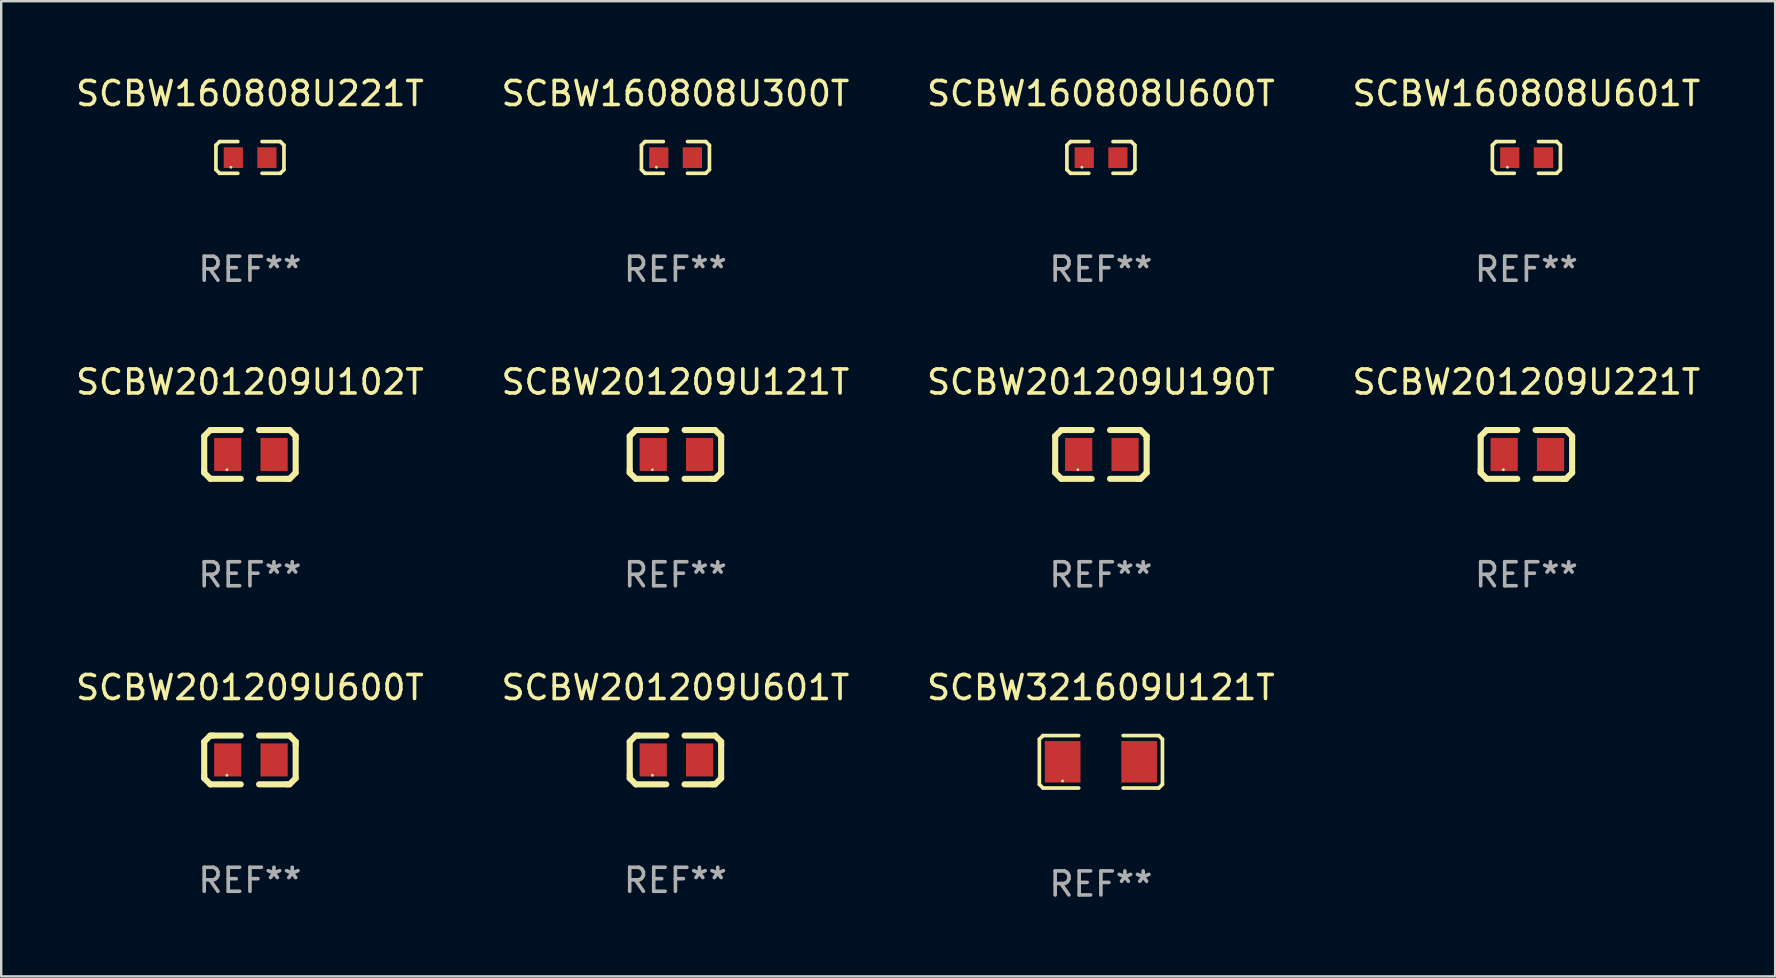
<source format=kicad_pcb>
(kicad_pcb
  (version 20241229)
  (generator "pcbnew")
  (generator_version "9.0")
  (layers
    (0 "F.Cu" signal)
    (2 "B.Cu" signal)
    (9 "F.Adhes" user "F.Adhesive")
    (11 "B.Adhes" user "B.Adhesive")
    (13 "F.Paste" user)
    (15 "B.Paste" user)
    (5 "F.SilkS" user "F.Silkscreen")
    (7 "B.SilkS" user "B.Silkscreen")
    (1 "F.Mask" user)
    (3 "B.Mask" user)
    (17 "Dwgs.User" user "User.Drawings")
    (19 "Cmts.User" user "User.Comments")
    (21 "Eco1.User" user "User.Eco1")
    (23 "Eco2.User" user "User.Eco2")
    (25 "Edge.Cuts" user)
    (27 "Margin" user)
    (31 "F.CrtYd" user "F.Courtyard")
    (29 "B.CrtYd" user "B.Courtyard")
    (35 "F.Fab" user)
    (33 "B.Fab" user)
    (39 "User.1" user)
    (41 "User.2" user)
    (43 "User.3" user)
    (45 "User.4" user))
  (footprint "SCBW201209U221T"
    (layer "F.Cu")
    (at 60.542 15.882)
    (property "Reference" "SCBW201209U221T" (at 0 -3.016 0) (layer "F.SilkS") (effects (font (size 1 1) (thickness 0.15))))
    (attr through_hole)
    (fp_line (start -1.905 -0.762) (end -1.905 0.635) (stroke (width 0.254) (type solid)) (layer "F.SilkS"))
    (fp_line (start -1.905 0.635) (end -1.905 0.762) (stroke (width 0.254) (type solid)) (layer "F.SilkS"))
    (fp_line (start -1.905 0.762) (end -1.651 1.016) (stroke (width 0.254) (type solid)) (layer "F.SilkS"))
    (fp_line (start -1.651 -1.016) (end -1.905 -0.762) (stroke (width 0.254) (type solid)) (layer "F.SilkS"))
    (fp_line (start -1.651 1.016) (end -0.381 1.016) (stroke (width 0.254) (type solid)) (layer "F.SilkS"))
    (fp_line (start -1.524 -1.016) (end -1.651 -1.016) (stroke (width 0.254) (type solid)) (layer "F.SilkS"))
    (fp_line (start -0.381 -1.016) (end -1.524 -1.016) (stroke (width 0.254) (type solid)) (layer "F.SilkS"))
    (fp_line (start 0.381 1.016) (end 1.524 1.016) (stroke (width 0.254) (type solid)) (layer "F.SilkS"))
    (fp_line (start 1.524 1.016) (end 1.651 1.016) (stroke (width 0.254) (type solid)) (layer "F.SilkS"))
    (fp_line (start 1.651 -1.016) (end 0.381 -1.016) (stroke (width 0.254) (type solid)) (layer "F.SilkS"))
    (fp_line (start 1.651 1.016) (end 1.905 0.762) (stroke (width 0.254) (type solid)) (layer "F.SilkS"))
    (fp_line (start 1.905 -0.762) (end 1.651 -1.016) (stroke (width 0.254) (type solid)) (layer "F.SilkS"))
    (fp_line (start 1.905 -0.635) (end 1.905 -0.762) (stroke (width 0.254) (type solid)) (layer "F.SilkS"))
    (fp_line (start 1.905 0.762) (end 1.905 -0.635) (stroke (width 0.254) (type solid)) (layer "F.SilkS"))
    (fp_circle (center -0.96 0.637) (end -0.93 0.637) (stroke (width 0.06) (type solid)) (fill no) (layer "F.SilkS"))
    (fp_text user "REF**" (at 0 5.016 0) (layer "F.Fab") (effects (font (size 1 1) (thickness 0.15))))
    (pad "1" smd rect (at -0.926 -0.000051) (size 1.133 1.377) (layers "F.Cu" "F.Mask" "F.Paste"))
    (pad "2" smd rect (at 1.006 -0.000051) (size 1.133 1.377) (layers "F.Cu" "F.Mask" "F.Paste")))
  (footprint "SCBW201209U601T"
    (layer "F.Cu")
    (at 25.089 28.61)
    (property "Reference" "SCBW201209U601T" (at 0 -3.016 0) (layer "F.SilkS") (effects (font (size 1 1) (thickness 0.15))))
    (attr through_hole)
    (fp_line (start -1.905 -0.762) (end -1.905 0.635) (stroke (width 0.254) (type solid)) (layer "F.SilkS"))
    (fp_line (start -1.905 0.635) (end -1.905 0.762) (stroke (width 0.254) (type solid)) (layer "F.SilkS"))
    (fp_line (start -1.905 0.762) (end -1.651 1.016) (stroke (width 0.254) (type solid)) (layer "F.SilkS"))
    (fp_line (start -1.651 -1.016) (end -1.905 -0.762) (stroke (width 0.254) (type solid)) (layer "F.SilkS"))
    (fp_line (start -1.651 1.016) (end -0.381 1.016) (stroke (width 0.254) (type solid)) (layer "F.SilkS"))
    (fp_line (start -1.524 -1.016) (end -1.651 -1.016) (stroke (width 0.254) (type solid)) (layer "F.SilkS"))
    (fp_line (start -0.381 -1.016) (end -1.524 -1.016) (stroke (width 0.254) (type solid)) (layer "F.SilkS"))
    (fp_line (start 0.381 1.016) (end 1.524 1.016) (stroke (width 0.254) (type solid)) (layer "F.SilkS"))
    (fp_line (start 1.524 1.016) (end 1.651 1.016) (stroke (width 0.254) (type solid)) (layer "F.SilkS"))
    (fp_line (start 1.651 -1.016) (end 0.381 -1.016) (stroke (width 0.254) (type solid)) (layer "F.SilkS"))
    (fp_line (start 1.651 1.016) (end 1.905 0.762) (stroke (width 0.254) (type solid)) (layer "F.SilkS"))
    (fp_line (start 1.905 -0.762) (end 1.651 -1.016) (stroke (width 0.254) (type solid)) (layer "F.SilkS"))
    (fp_line (start 1.905 -0.635) (end 1.905 -0.762) (stroke (width 0.254) (type solid)) (layer "F.SilkS"))
    (fp_line (start 1.905 0.762) (end 1.905 -0.635) (stroke (width 0.254) (type solid)) (layer "F.SilkS"))
    (fp_circle (center -0.96 0.637) (end -0.93 0.637) (stroke (width 0.06) (type solid)) (fill no) (layer "F.SilkS"))
    (fp_text user "REF**" (at 0 5.016 0) (layer "F.Fab") (effects (font (size 1 1) (thickness 0.15))))
    (pad "1" smd rect (at -0.926 -0.000051) (size 1.133 1.377) (layers "F.Cu" "F.Mask" "F.Paste"))
    (pad "2" smd rect (at 1.006 -0.000051) (size 1.133 1.377) (layers "F.Cu" "F.Mask" "F.Paste")))
  (footprint "SCBW160808U300T"
    (layer "F.Cu")
    (at 25.089 3.509)
    (property "Reference" "SCBW160808U300T" (at 0 -2.661 0) (layer "F.SilkS") (effects (font (size 1 1) (thickness 0.15))))
    (attr through_hole)
    (fp_line (start -1.417 -0.508) (end -1.265 -0.661) (stroke (width 0.152) (type solid)) (layer "F.SilkS"))
    (fp_line (start -1.417 0.508) (end -1.417 -0.508) (stroke (width 0.152) (type solid)) (layer "F.SilkS"))
    (fp_line (start -1.265 -0.661) (end -0.503 -0.661) (stroke (width 0.152) (type solid)) (layer "F.SilkS"))
    (fp_line (start -1.265 0.661) (end -1.417 0.508) (stroke (width 0.152) (type solid)) (layer "F.SilkS"))
    (fp_line (start -1.265 0.661) (end -0.503 0.661) (stroke (width 0.152) (type solid)) (layer "F.SilkS"))
    (fp_line (start 1.265 -0.661) (end 0.503 -0.661) (stroke (width 0.152) (type solid)) (layer "F.SilkS"))
    (fp_line (start 1.265 -0.661) (end 1.417 -0.508) (stroke (width 0.152) (type solid)) (layer "F.SilkS"))
    (fp_line (start 1.265 0.661) (end 0.503 0.661) (stroke (width 0.152) (type solid)) (layer "F.SilkS"))
    (fp_line (start 1.417 -0.508) (end 1.417 0.508) (stroke (width 0.152) (type solid)) (layer "F.SilkS"))
    (fp_line (start 1.417 0.508) (end 1.265 0.661) (stroke (width 0.152) (type solid)) (layer "F.SilkS"))
    (fp_circle (center -0.793 0.409) (end -0.763 0.409) (stroke (width 0.06) (type solid)) (fill no) (layer "F.SilkS"))
    (fp_text user "REF**" (at 0 4.661 0) (layer "F.Fab") (effects (font (size 1 1) (thickness 0.15))))
    (pad "1" smd rect (at -0.693 0.009 180) (size 0.8 0.864) (layers "F.Cu" "F.Mask" "F.Paste"))
    (pad "2" smd rect (at 0.707 0.009 180) (size 0.8 0.864) (layers "F.Cu" "F.Mask" "F.Paste")))
  (footprint "SCBW201209U102T"
    (layer "F.Cu")
    (at 7.363 15.882)
    (property "Reference" "SCBW201209U102T" (at 0 -3.016 0) (layer "F.SilkS") (effects (font (size 1 1) (thickness 0.15))))
    (attr through_hole)
    (fp_line (start -1.905 -0.762) (end -1.905 0.635) (stroke (width 0.254) (type solid)) (layer "F.SilkS"))
    (fp_line (start -1.905 0.635) (end -1.905 0.762) (stroke (width 0.254) (type solid)) (layer "F.SilkS"))
    (fp_line (start -1.905 0.762) (end -1.651 1.016) (stroke (width 0.254) (type solid)) (layer "F.SilkS"))
    (fp_line (start -1.651 -1.016) (end -1.905 -0.762) (stroke (width 0.254) (type solid)) (layer "F.SilkS"))
    (fp_line (start -1.651 1.016) (end -0.381 1.016) (stroke (width 0.254) (type solid)) (layer "F.SilkS"))
    (fp_line (start -1.524 -1.016) (end -1.651 -1.016) (stroke (width 0.254) (type solid)) (layer "F.SilkS"))
    (fp_line (start -0.381 -1.016) (end -1.524 -1.016) (stroke (width 0.254) (type solid)) (layer "F.SilkS"))
    (fp_line (start 0.381 1.016) (end 1.524 1.016) (stroke (width 0.254) (type solid)) (layer "F.SilkS"))
    (fp_line (start 1.524 1.016) (end 1.651 1.016) (stroke (width 0.254) (type solid)) (layer "F.SilkS"))
    (fp_line (start 1.651 -1.016) (end 0.381 -1.016) (stroke (width 0.254) (type solid)) (layer "F.SilkS"))
    (fp_line (start 1.651 1.016) (end 1.905 0.762) (stroke (width 0.254) (type solid)) (layer "F.SilkS"))
    (fp_line (start 1.905 -0.762) (end 1.651 -1.016) (stroke (width 0.254) (type solid)) (layer "F.SilkS"))
    (fp_line (start 1.905 -0.635) (end 1.905 -0.762) (stroke (width 0.254) (type solid)) (layer "F.SilkS"))
    (fp_line (start 1.905 0.762) (end 1.905 -0.635) (stroke (width 0.254) (type solid)) (layer "F.SilkS"))
    (fp_circle (center -0.96 0.637) (end -0.93 0.637) (stroke (width 0.06) (type solid)) (fill no) (layer "F.SilkS"))
    (fp_text user "REF**" (at 0 5.016 0) (layer "F.Fab") (effects (font (size 1 1) (thickness 0.15))))
    (pad "1" smd rect (at -0.926 -0.000051) (size 1.133 1.377) (layers "F.Cu" "F.Mask" "F.Paste"))
    (pad "2" smd rect (at 1.006 -0.000051) (size 1.133 1.377) (layers "F.Cu" "F.Mask" "F.Paste")))
  (footprint "SCBW321609U121T"
    (layer "F.Cu")
    (at 42.815 28.687)
    (property "Reference" "SCBW321609U121T" (at 0 -3.093 0) (layer "F.SilkS") (effects (font (size 1 1) (thickness 0.15))))
    (attr through_hole)
    (fp_line (start -2.564 -0.94) (end -2.411 -1.093) (stroke (width 0.152) (type solid)) (layer "F.SilkS"))
    (fp_line (start -2.564 0.94) (end -2.564 -0.94) (stroke (width 0.152) (type solid)) (layer "F.SilkS"))
    (fp_line (start -2.411 -1.093) (end -0.926 -1.093) (stroke (width 0.152) (type solid)) (layer "F.SilkS"))
    (fp_line (start -2.411 1.093) (end -2.564 0.94) (stroke (width 0.152) (type solid)) (layer "F.SilkS"))
    (fp_line (start -0.926 1.093) (end -2.411 1.093) (stroke (width 0.152) (type solid)) (layer "F.SilkS"))
    (fp_line (start 0.926 1.093) (end 2.411 1.093) (stroke (width 0.152) (type solid)) (layer "F.SilkS"))
    (fp_line (start 2.411 -1.093) (end 0.926 -1.093) (stroke (width 0.152) (type solid)) (layer "F.SilkS"))
    (fp_line (start 2.411 1.093) (end 2.564 0.94) (stroke (width 0.152) (type solid)) (layer "F.SilkS"))
    (fp_line (start 2.564 -0.94) (end 2.411 -1.093) (stroke (width 0.152) (type solid)) (layer "F.SilkS"))
    (fp_line (start 2.564 0.94) (end 2.564 -0.94) (stroke (width 0.152) (type solid)) (layer "F.SilkS"))
    (fp_circle (center -1.6 0.8) (end -1.57 0.8) (stroke (width 0.06) (type solid)) (fill no) (layer "F.SilkS"))
    (fp_text user "REF**" (at 0 5.093 0) (layer "F.Fab") (effects (font (size 1 1) (thickness 0.15))))
    (pad "1" smd rect (at -1.593 0) (size 1.485 1.728) (layers "F.Cu" "F.Mask" "F.Paste"))
    (pad "2" smd rect (at 1.593 0) (size 1.485 1.728) (layers "F.Cu" "F.Mask" "F.Paste")))
  (footprint "SCBW201209U121T"
    (layer "F.Cu")
    (at 25.089 15.882)
    (property "Reference" "SCBW201209U121T" (at 0 -3.016 0) (layer "F.SilkS") (effects (font (size 1 1) (thickness 0.15))))
    (attr through_hole)
    (fp_line (start -1.905 -0.762) (end -1.905 0.635) (stroke (width 0.254) (type solid)) (layer "F.SilkS"))
    (fp_line (start -1.905 0.635) (end -1.905 0.762) (stroke (width 0.254) (type solid)) (layer "F.SilkS"))
    (fp_line (start -1.905 0.762) (end -1.651 1.016) (stroke (width 0.254) (type solid)) (layer "F.SilkS"))
    (fp_line (start -1.651 -1.016) (end -1.905 -0.762) (stroke (width 0.254) (type solid)) (layer "F.SilkS"))
    (fp_line (start -1.651 1.016) (end -0.381 1.016) (stroke (width 0.254) (type solid)) (layer "F.SilkS"))
    (fp_line (start -1.524 -1.016) (end -1.651 -1.016) (stroke (width 0.254) (type solid)) (layer "F.SilkS"))
    (fp_line (start -0.381 -1.016) (end -1.524 -1.016) (stroke (width 0.254) (type solid)) (layer "F.SilkS"))
    (fp_line (start 0.381 1.016) (end 1.524 1.016) (stroke (width 0.254) (type solid)) (layer "F.SilkS"))
    (fp_line (start 1.524 1.016) (end 1.651 1.016) (stroke (width 0.254) (type solid)) (layer "F.SilkS"))
    (fp_line (start 1.651 -1.016) (end 0.381 -1.016) (stroke (width 0.254) (type solid)) (layer "F.SilkS"))
    (fp_line (start 1.651 1.016) (end 1.905 0.762) (stroke (width 0.254) (type solid)) (layer "F.SilkS"))
    (fp_line (start 1.905 -0.762) (end 1.651 -1.016) (stroke (width 0.254) (type solid)) (layer "F.SilkS"))
    (fp_line (start 1.905 -0.635) (end 1.905 -0.762) (stroke (width 0.254) (type solid)) (layer "F.SilkS"))
    (fp_line (start 1.905 0.762) (end 1.905 -0.635) (stroke (width 0.254) (type solid)) (layer "F.SilkS"))
    (fp_circle (center -0.96 0.637) (end -0.93 0.637) (stroke (width 0.06) (type solid)) (fill no) (layer "F.SilkS"))
    (fp_text user "REF**" (at 0 5.016 0) (layer "F.Fab") (effects (font (size 1 1) (thickness 0.15))))
    (pad "1" smd rect (at -0.926 -0.000051) (size 1.133 1.377) (layers "F.Cu" "F.Mask" "F.Paste"))
    (pad "2" smd rect (at 1.006 -0.000051) (size 1.133 1.377) (layers "F.Cu" "F.Mask" "F.Paste")))
  (footprint "SCBW201209U600T"
    (layer "F.Cu")
    (at 7.363 28.61)
    (property "Reference" "SCBW201209U600T" (at 0 -3.016 0) (layer "F.SilkS") (effects (font (size 1 1) (thickness 0.15))))
    (attr through_hole)
    (fp_line (start -1.905 -0.762) (end -1.905 0.635) (stroke (width 0.254) (type solid)) (layer "F.SilkS"))
    (fp_line (start -1.905 0.635) (end -1.905 0.762) (stroke (width 0.254) (type solid)) (layer "F.SilkS"))
    (fp_line (start -1.905 0.762) (end -1.651 1.016) (stroke (width 0.254) (type solid)) (layer "F.SilkS"))
    (fp_line (start -1.651 -1.016) (end -1.905 -0.762) (stroke (width 0.254) (type solid)) (layer "F.SilkS"))
    (fp_line (start -1.651 1.016) (end -0.381 1.016) (stroke (width 0.254) (type solid)) (layer "F.SilkS"))
    (fp_line (start -1.524 -1.016) (end -1.651 -1.016) (stroke (width 0.254) (type solid)) (layer "F.SilkS"))
    (fp_line (start -0.381 -1.016) (end -1.524 -1.016) (stroke (width 0.254) (type solid)) (layer "F.SilkS"))
    (fp_line (start 0.381 1.016) (end 1.524 1.016) (stroke (width 0.254) (type solid)) (layer "F.SilkS"))
    (fp_line (start 1.524 1.016) (end 1.651 1.016) (stroke (width 0.254) (type solid)) (layer "F.SilkS"))
    (fp_line (start 1.651 -1.016) (end 0.381 -1.016) (stroke (width 0.254) (type solid)) (layer "F.SilkS"))
    (fp_line (start 1.651 1.016) (end 1.905 0.762) (stroke (width 0.254) (type solid)) (layer "F.SilkS"))
    (fp_line (start 1.905 -0.762) (end 1.651 -1.016) (stroke (width 0.254) (type solid)) (layer "F.SilkS"))
    (fp_line (start 1.905 -0.635) (end 1.905 -0.762) (stroke (width 0.254) (type solid)) (layer "F.SilkS"))
    (fp_line (start 1.905 0.762) (end 1.905 -0.635) (stroke (width 0.254) (type solid)) (layer "F.SilkS"))
    (fp_circle (center -0.96 0.637) (end -0.93 0.637) (stroke (width 0.06) (type solid)) (fill no) (layer "F.SilkS"))
    (fp_text user "REF**" (at 0 5.016 0) (layer "F.Fab") (effects (font (size 1 1) (thickness 0.15))))
    (pad "1" smd rect (at -0.926 -0.000051) (size 1.133 1.377) (layers "F.Cu" "F.Mask" "F.Paste"))
    (pad "2" smd rect (at 1.006 -0.000051) (size 1.133 1.377) (layers "F.Cu" "F.Mask" "F.Paste")))
  (footprint "SCBW160808U601T"
    (layer "F.Cu")
    (at 60.542 3.509)
    (property "Reference" "SCBW160808U601T" (at 0 -2.661 0) (layer "F.SilkS") (effects (font (size 1 1) (thickness 0.15))))
    (attr through_hole)
    (fp_line (start -1.417 -0.508) (end -1.265 -0.661) (stroke (width 0.152) (type solid)) (layer "F.SilkS"))
    (fp_line (start -1.417 0.508) (end -1.417 -0.508) (stroke (width 0.152) (type solid)) (layer "F.SilkS"))
    (fp_line (start -1.265 -0.661) (end -0.503 -0.661) (stroke (width 0.152) (type solid)) (layer "F.SilkS"))
    (fp_line (start -1.265 0.661) (end -1.417 0.508) (stroke (width 0.152) (type solid)) (layer "F.SilkS"))
    (fp_line (start -1.265 0.661) (end -0.503 0.661) (stroke (width 0.152) (type solid)) (layer "F.SilkS"))
    (fp_line (start 1.265 -0.661) (end 0.503 -0.661) (stroke (width 0.152) (type solid)) (layer "F.SilkS"))
    (fp_line (start 1.265 -0.661) (end 1.417 -0.508) (stroke (width 0.152) (type solid)) (layer "F.SilkS"))
    (fp_line (start 1.265 0.661) (end 0.503 0.661) (stroke (width 0.152) (type solid)) (layer "F.SilkS"))
    (fp_line (start 1.417 -0.508) (end 1.417 0.508) (stroke (width 0.152) (type solid)) (layer "F.SilkS"))
    (fp_line (start 1.417 0.508) (end 1.265 0.661) (stroke (width 0.152) (type solid)) (layer "F.SilkS"))
    (fp_circle (center -0.793 0.409) (end -0.763 0.409) (stroke (width 0.06) (type solid)) (fill no) (layer "F.SilkS"))
    (fp_text user "REF**" (at 0 4.661 0) (layer "F.Fab") (effects (font (size 1 1) (thickness 0.15))))
    (pad "1" smd rect (at -0.693 0.009 180) (size 0.8 0.864) (layers "F.Cu" "F.Mask" "F.Paste"))
    (pad "2" smd rect (at 0.707 0.009 180) (size 0.8 0.864) (layers "F.Cu" "F.Mask" "F.Paste")))
  (footprint "SCBW201209U190T"
    (layer "F.Cu")
    (at 42.815 15.882)
    (property "Reference" "SCBW201209U190T" (at 0 -3.016 0) (layer "F.SilkS") (effects (font (size 1 1) (thickness 0.15))))
    (attr through_hole)
    (fp_line (start -1.905 -0.762) (end -1.905 0.635) (stroke (width 0.254) (type solid)) (layer "F.SilkS"))
    (fp_line (start -1.905 0.635) (end -1.905 0.762) (stroke (width 0.254) (type solid)) (layer "F.SilkS"))
    (fp_line (start -1.905 0.762) (end -1.651 1.016) (stroke (width 0.254) (type solid)) (layer "F.SilkS"))
    (fp_line (start -1.651 -1.016) (end -1.905 -0.762) (stroke (width 0.254) (type solid)) (layer "F.SilkS"))
    (fp_line (start -1.651 1.016) (end -0.381 1.016) (stroke (width 0.254) (type solid)) (layer "F.SilkS"))
    (fp_line (start -1.524 -1.016) (end -1.651 -1.016) (stroke (width 0.254) (type solid)) (layer "F.SilkS"))
    (fp_line (start -0.381 -1.016) (end -1.524 -1.016) (stroke (width 0.254) (type solid)) (layer "F.SilkS"))
    (fp_line (start 0.381 1.016) (end 1.524 1.016) (stroke (width 0.254) (type solid)) (layer "F.SilkS"))
    (fp_line (start 1.524 1.016) (end 1.651 1.016) (stroke (width 0.254) (type solid)) (layer "F.SilkS"))
    (fp_line (start 1.651 -1.016) (end 0.381 -1.016) (stroke (width 0.254) (type solid)) (layer "F.SilkS"))
    (fp_line (start 1.651 1.016) (end 1.905 0.762) (stroke (width 0.254) (type solid)) (layer "F.SilkS"))
    (fp_line (start 1.905 -0.762) (end 1.651 -1.016) (stroke (width 0.254) (type solid)) (layer "F.SilkS"))
    (fp_line (start 1.905 -0.635) (end 1.905 -0.762) (stroke (width 0.254) (type solid)) (layer "F.SilkS"))
    (fp_line (start 1.905 0.762) (end 1.905 -0.635) (stroke (width 0.254) (type solid)) (layer "F.SilkS"))
    (fp_circle (center -0.96 0.637) (end -0.93 0.637) (stroke (width 0.06) (type solid)) (fill no) (layer "F.SilkS"))
    (fp_text user "REF**" (at 0 5.016 0) (layer "F.Fab") (effects (font (size 1 1) (thickness 0.15))))
    (pad "1" smd rect (at -0.926 -0.000051) (size 1.133 1.377) (layers "F.Cu" "F.Mask" "F.Paste"))
    (pad "2" smd rect (at 1.006 -0.000051) (size 1.133 1.377) (layers "F.Cu" "F.Mask" "F.Paste")))
  (footprint "SCBW160808U221T"
    (layer "F.Cu")
    (at 7.363 3.509)
    (property "Reference" "SCBW160808U221T" (at 0 -2.661 0) (layer "F.SilkS") (effects (font (size 1 1) (thickness 0.15))))
    (attr through_hole)
    (fp_line (start -1.417 -0.508) (end -1.265 -0.661) (stroke (width 0.152) (type solid)) (layer "F.SilkS"))
    (fp_line (start -1.417 0.508) (end -1.417 -0.508) (stroke (width 0.152) (type solid)) (layer "F.SilkS"))
    (fp_line (start -1.265 -0.661) (end -0.503 -0.661) (stroke (width 0.152) (type solid)) (layer "F.SilkS"))
    (fp_line (start -1.265 0.661) (end -1.417 0.508) (stroke (width 0.152) (type solid)) (layer "F.SilkS"))
    (fp_line (start -1.265 0.661) (end -0.503 0.661) (stroke (width 0.152) (type solid)) (layer "F.SilkS"))
    (fp_line (start 1.265 -0.661) (end 0.503 -0.661) (stroke (width 0.152) (type solid)) (layer "F.SilkS"))
    (fp_line (start 1.265 -0.661) (end 1.417 -0.508) (stroke (width 0.152) (type solid)) (layer "F.SilkS"))
    (fp_line (start 1.265 0.661) (end 0.503 0.661) (stroke (width 0.152) (type solid)) (layer "F.SilkS"))
    (fp_line (start 1.417 -0.508) (end 1.417 0.508) (stroke (width 0.152) (type solid)) (layer "F.SilkS"))
    (fp_line (start 1.417 0.508) (end 1.265 0.661) (stroke (width 0.152) (type solid)) (layer "F.SilkS"))
    (fp_circle (center -0.793 0.409) (end -0.763 0.409) (stroke (width 0.06) (type solid)) (fill no) (layer "F.SilkS"))
    (fp_text user "REF**" (at 0 4.661 0) (layer "F.Fab") (effects (font (size 1 1) (thickness 0.15))))
    (pad "1" smd rect (at -0.693 0.009 180) (size 0.8 0.864) (layers "F.Cu" "F.Mask" "F.Paste"))
    (pad "2" smd rect (at 0.707 0.009 180) (size 0.8 0.864) (layers "F.Cu" "F.Mask" "F.Paste")))
  (footprint "SCBW160808U600T"
    (layer "F.Cu")
    (at 42.815 3.509)
    (property "Reference" "SCBW160808U600T" (at 0 -2.661 0) (layer "F.SilkS") (effects (font (size 1 1) (thickness 0.15))))
    (attr through_hole)
    (fp_line (start -1.417 -0.508) (end -1.265 -0.661) (stroke (width 0.152) (type solid)) (layer "F.SilkS"))
    (fp_line (start -1.417 0.508) (end -1.417 -0.508) (stroke (width 0.152) (type solid)) (layer "F.SilkS"))
    (fp_line (start -1.265 -0.661) (end -0.503 -0.661) (stroke (width 0.152) (type solid)) (layer "F.SilkS"))
    (fp_line (start -1.265 0.661) (end -1.417 0.508) (stroke (width 0.152) (type solid)) (layer "F.SilkS"))
    (fp_line (start -1.265 0.661) (end -0.503 0.661) (stroke (width 0.152) (type solid)) (layer "F.SilkS"))
    (fp_line (start 1.265 -0.661) (end 0.503 -0.661) (stroke (width 0.152) (type solid)) (layer "F.SilkS"))
    (fp_line (start 1.265 -0.661) (end 1.417 -0.508) (stroke (width 0.152) (type solid)) (layer "F.SilkS"))
    (fp_line (start 1.265 0.661) (end 0.503 0.661) (stroke (width 0.152) (type solid)) (layer "F.SilkS"))
    (fp_line (start 1.417 -0.508) (end 1.417 0.508) (stroke (width 0.152) (type solid)) (layer "F.SilkS"))
    (fp_line (start 1.417 0.508) (end 1.265 0.661) (stroke (width 0.152) (type solid)) (layer "F.SilkS"))
    (fp_circle (center -0.793 0.409) (end -0.763 0.409) (stroke (width 0.06) (type solid)) (fill no) (layer "F.SilkS"))
    (fp_text user "REF**" (at 0 4.661 0) (layer "F.Fab") (effects (font (size 1 1) (thickness 0.15))))
    (pad "1" smd rect (at -0.693 0.009 180) (size 0.8 0.864) (layers "F.Cu" "F.Mask" "F.Paste"))
    (pad "2" smd rect (at 0.707 0.009 180) (size 0.8 0.864) (layers "F.Cu" "F.Mask" "F.Paste")))
  (gr_rect
    (start -3 -3)
    (end 70.905 37.628)
    (stroke (width 0.1) (type default))
    (fill no)
    (layer "Edge.Cuts")))
</source>
